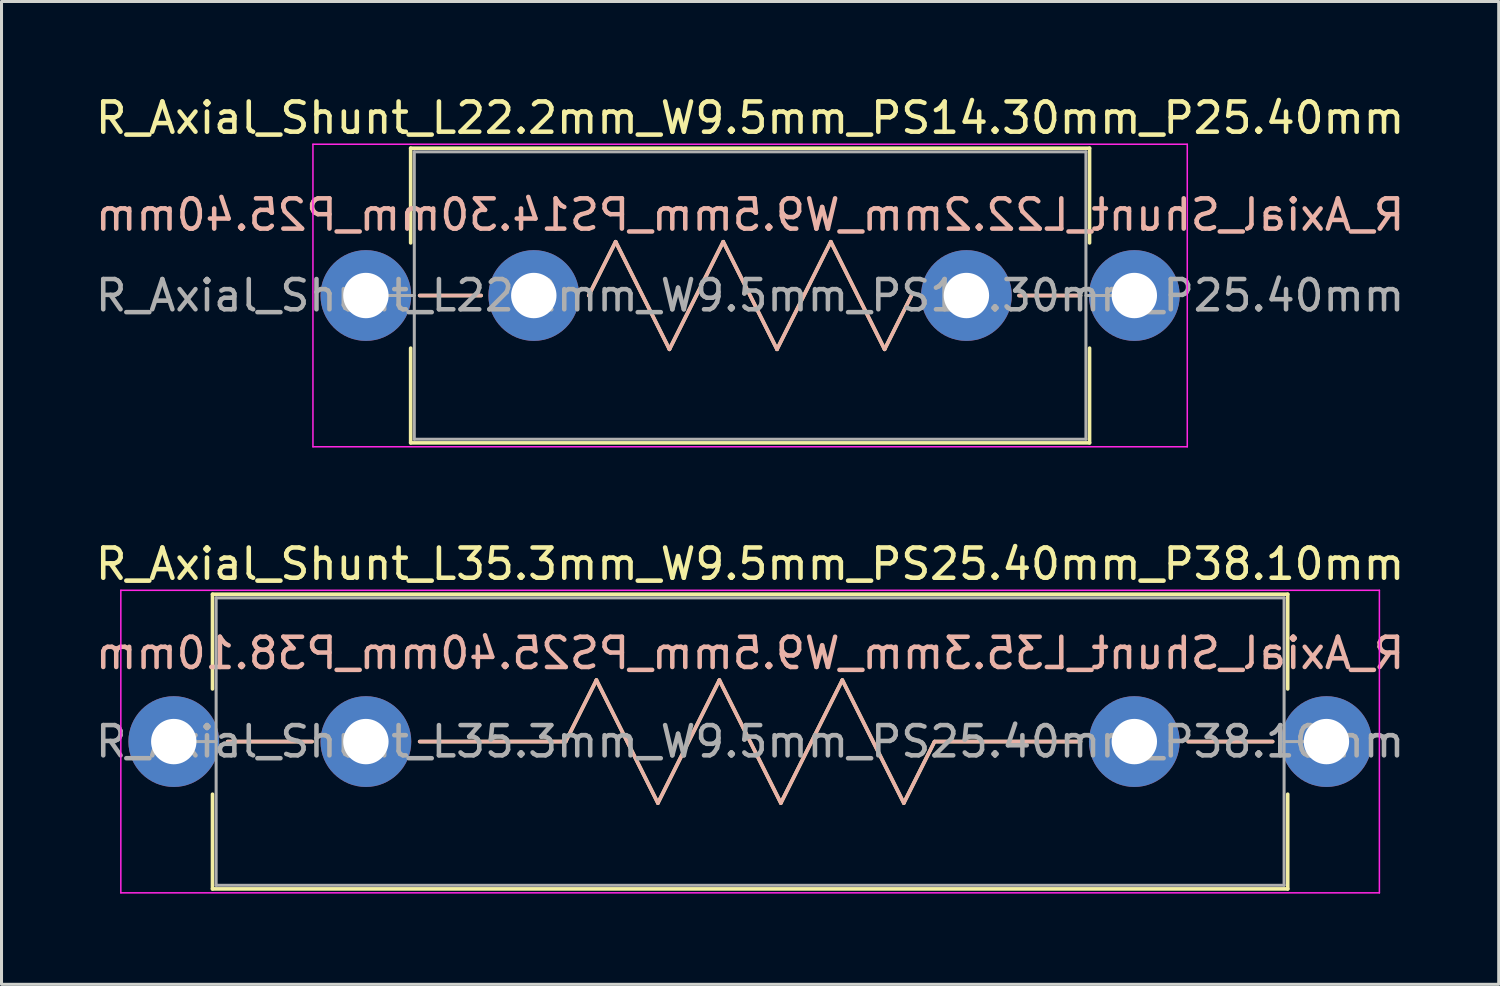
<source format=kicad_pcb>
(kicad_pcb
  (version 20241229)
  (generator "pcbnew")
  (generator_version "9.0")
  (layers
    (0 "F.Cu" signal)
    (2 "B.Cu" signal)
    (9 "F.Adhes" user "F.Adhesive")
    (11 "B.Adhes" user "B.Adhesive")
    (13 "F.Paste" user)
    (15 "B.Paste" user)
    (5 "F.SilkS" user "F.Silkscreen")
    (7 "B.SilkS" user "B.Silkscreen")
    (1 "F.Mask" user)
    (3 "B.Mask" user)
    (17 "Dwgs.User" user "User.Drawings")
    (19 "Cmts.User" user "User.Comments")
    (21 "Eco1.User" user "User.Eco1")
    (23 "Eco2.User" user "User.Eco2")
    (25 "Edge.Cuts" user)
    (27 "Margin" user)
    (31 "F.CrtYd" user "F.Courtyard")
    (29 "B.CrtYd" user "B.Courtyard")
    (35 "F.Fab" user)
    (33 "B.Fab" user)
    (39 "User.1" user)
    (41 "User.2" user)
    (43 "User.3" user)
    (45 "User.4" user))
  (footprint "R_Axial_Shunt_L22.2mm_W9.5mm_PS14.30mm_P25.40mm"
    (layer "F.Cu")
    (at 9.044 6.718)
    (property "Reference" "R_Axial_Shunt_L22.2mm_W9.5mm_PS14.30mm_P25.40mm" (at 12.7 -5.87 0) (layer "F.SilkS") (effects (font (size 1 1) (thickness 0.15))))
    (attr through_hole)
    (fp_line (start 1.48 -4.87) (end 23.92 -4.87) (stroke (width 0.12) (type solid)) (layer "F.SilkS"))
    (fp_line (start 1.48 -1.74) (end 1.48 -4.87) (stroke (width 0.12) (type solid)) (layer "F.SilkS"))
    (fp_line (start 1.48 1.74) (end 1.48 4.87) (stroke (width 0.12) (type solid)) (layer "F.SilkS"))
    (fp_line (start 1.48 4.87) (end 23.92 4.87) (stroke (width 0.12) (type solid)) (layer "F.SilkS"))
    (fp_line (start 1.778 0) (end 3.81 0) (stroke (width 0.12) (type solid)) (layer "F.SilkS"))
    (fp_line (start 7.366 0) (end 8.255 -1.778) (stroke (width 0.12) (type solid)) (layer "F.SilkS"))
    (fp_line (start 8.255 -1.778) (end 10.033 1.778) (stroke (width 0.12) (type solid)) (layer "F.SilkS"))
    (fp_line (start 10.033 1.778) (end 11.811 -1.778) (stroke (width 0.12) (type solid)) (layer "F.SilkS"))
    (fp_line (start 11.811 -1.778) (end 13.589 1.778) (stroke (width 0.12) (type solid)) (layer "F.SilkS"))
    (fp_line (start 13.589 1.778) (end 15.367 -1.778) (stroke (width 0.12) (type solid)) (layer "F.SilkS"))
    (fp_line (start 15.367 -1.778) (end 17.145 1.778) (stroke (width 0.12) (type solid)) (layer "F.SilkS"))
    (fp_line (start 17.145 1.778) (end 18.034 0) (stroke (width 0.12) (type solid)) (layer "F.SilkS"))
    (fp_line (start 21.59 0) (end 23.622 0) (stroke (width 0.12) (type solid)) (layer "F.SilkS"))
    (fp_line (start 23.92 -4.87) (end 23.92 -1.74) (stroke (width 0.12) (type solid)) (layer "F.SilkS"))
    (fp_line (start 23.92 4.87) (end 23.92 1.74) (stroke (width 0.12) (type solid)) (layer "F.SilkS"))
    (fp_line (start 1.778 0) (end 3.81 0) (stroke (width 0.12) (type solid)) (layer "B.SilkS"))
    (fp_line (start 7.366 0) (end 8.255 -1.778) (stroke (width 0.12) (type solid)) (layer "B.SilkS"))
    (fp_line (start 8.255 -1.778) (end 10.033 1.778) (stroke (width 0.12) (type solid)) (layer "B.SilkS"))
    (fp_line (start 10.033 1.778) (end 11.811 -1.778) (stroke (width 0.12) (type solid)) (layer "B.SilkS"))
    (fp_line (start 11.811 -1.778) (end 13.589 1.778) (stroke (width 0.12) (type solid)) (layer "B.SilkS"))
    (fp_line (start 13.589 1.778) (end 15.367 -1.778) (stroke (width 0.12) (type solid)) (layer "B.SilkS"))
    (fp_line (start 15.367 -1.778) (end 17.145 1.778) (stroke (width 0.12) (type solid)) (layer "B.SilkS"))
    (fp_line (start 17.145 1.778) (end 18.034 0) (stroke (width 0.12) (type solid)) (layer "B.SilkS"))
    (fp_line (start 21.59 0) (end 23.622 0) (stroke (width 0.12) (type solid)) (layer "B.SilkS"))
    (fp_line (start -1.75 -5) (end -1.75 5) (stroke (width 0.05) (type solid)) (layer "F.CrtYd"))
    (fp_line (start -1.75 5) (end 27.15 5) (stroke (width 0.05) (type solid)) (layer "F.CrtYd"))
    (fp_line (start 27.15 -5) (end -1.75 -5) (stroke (width 0.05) (type solid)) (layer "F.CrtYd"))
    (fp_line (start 27.15 5) (end 27.15 -5) (stroke (width 0.05) (type solid)) (layer "F.CrtYd"))
    (fp_line (start 0 0) (end 1.6 0) (stroke (width 0.1) (type solid)) (layer "F.Fab"))
    (fp_line (start 1.6 -4.75) (end 1.6 4.75) (stroke (width 0.1) (type solid)) (layer "F.Fab"))
    (fp_line (start 1.6 4.75) (end 23.8 4.75) (stroke (width 0.1) (type solid)) (layer "F.Fab"))
    (fp_line (start 23.8 -4.75) (end 1.6 -4.75) (stroke (width 0.1) (type solid)) (layer "F.Fab"))
    (fp_line (start 23.8 4.75) (end 23.8 -4.75) (stroke (width 0.1) (type solid)) (layer "F.Fab"))
    (fp_line (start 25.4 0) (end 23.8 0) (stroke (width 0.1) (type solid)) (layer "F.Fab"))
    (fp_text user "${REFERENCE}" (at 12.7 -2.667 0) (unlocked yes) (layer "B.SilkS") (effects (font (size 1 1) (thickness 0.15)) (justify mirror)))
    (fp_text user "${REFERENCE}" (at 12.7 0 0) (layer "F.Fab") (effects (font (size 1 1) (thickness 0.15))))
    (pad "1" thru_hole circle (at 0 0) (size 3 3) (drill 1.5) (layers "*.Cu" "*.Mask"))
    (pad "2" thru_hole oval (at 5.55 0) (size 3 3) (drill 1.5) (layers "*.Cu" "*.Mask"))
    (pad "3" thru_hole oval (at 19.85 0) (size 3 3) (drill 1.5) (layers "*.Cu" "*.Mask"))
    (pad "4" thru_hole oval (at 25.4 0) (size 3 3) (drill 1.5) (layers "*.Cu" "*.Mask")))
  (footprint "R_Axial_Shunt_L35.3mm_W9.5mm_PS25.40mm_P38.10mm"
    (layer "F.Cu")
    (at 2.694 21.462)
    (property "Reference" "R_Axial_Shunt_L35.3mm_W9.5mm_PS25.40mm_P38.10mm" (at 19.05 -5.87 0) (layer "F.SilkS") (effects (font (size 1 1) (thickness 0.15))))
    (attr through_hole)
    (fp_line (start 1.28 -4.87) (end 36.82 -4.87) (stroke (width 0.12) (type solid)) (layer "F.SilkS"))
    (fp_line (start 1.28 -1.74) (end 1.28 -4.87) (stroke (width 0.12) (type solid)) (layer "F.SilkS"))
    (fp_line (start 1.28 1.74) (end 1.28 4.87) (stroke (width 0.12) (type solid)) (layer "F.SilkS"))
    (fp_line (start 1.28 4.87) (end 36.82 4.87) (stroke (width 0.12) (type solid)) (layer "F.SilkS"))
    (fp_line (start 1.778 0) (end 4.572 0) (stroke (width 0.12) (type solid)) (layer "F.SilkS"))
    (fp_line (start 8.128 0) (end 12.954 0) (stroke (width 0.12) (type solid)) (layer "F.SilkS"))
    (fp_line (start 12.954 0) (end 13.97 -2.032) (stroke (width 0.12) (type solid)) (layer "F.SilkS"))
    (fp_line (start 13.97 -2.032) (end 16.002 2.032) (stroke (width 0.12) (type solid)) (layer "F.SilkS"))
    (fp_line (start 16.002 2.032) (end 18.034 -2.032) (stroke (width 0.12) (type solid)) (layer "F.SilkS"))
    (fp_line (start 18.034 -2.032) (end 20.066 2.032) (stroke (width 0.12) (type solid)) (layer "F.SilkS"))
    (fp_line (start 20.066 2.032) (end 22.098 -2.032) (stroke (width 0.12) (type solid)) (layer "F.SilkS"))
    (fp_line (start 22.098 -2.032) (end 24.13 2.032) (stroke (width 0.12) (type solid)) (layer "F.SilkS"))
    (fp_line (start 24.13 2.032) (end 25.146 0) (stroke (width 0.12) (type solid)) (layer "F.SilkS"))
    (fp_line (start 29.972 0) (end 25.146 0) (stroke (width 0.12) (type solid)) (layer "F.SilkS"))
    (fp_line (start 33.528 0) (end 36.322 0) (stroke (width 0.12) (type solid)) (layer "F.SilkS"))
    (fp_line (start 36.82 -4.87) (end 36.82 -1.74) (stroke (width 0.12) (type solid)) (layer "F.SilkS"))
    (fp_line (start 36.82 4.87) (end 36.82 1.74) (stroke (width 0.12) (type solid)) (layer "F.SilkS"))
    (fp_line (start 1.778 0) (end 4.572 0) (stroke (width 0.12) (type solid)) (layer "B.SilkS"))
    (fp_line (start 8.128 0) (end 12.954 0) (stroke (width 0.12) (type solid)) (layer "B.SilkS"))
    (fp_line (start 12.954 0) (end 13.97 -2.032) (stroke (width 0.12) (type solid)) (layer "B.SilkS"))
    (fp_line (start 13.97 -2.032) (end 16.002 2.032) (stroke (width 0.12) (type solid)) (layer "B.SilkS"))
    (fp_line (start 16.002 2.032) (end 18.034 -2.032) (stroke (width 0.12) (type solid)) (layer "B.SilkS"))
    (fp_line (start 18.034 -2.032) (end 20.066 2.032) (stroke (width 0.12) (type solid)) (layer "B.SilkS"))
    (fp_line (start 20.066 2.032) (end 22.098 -2.032) (stroke (width 0.12) (type solid)) (layer "B.SilkS"))
    (fp_line (start 22.098 -2.032) (end 24.13 2.032) (stroke (width 0.12) (type solid)) (layer "B.SilkS"))
    (fp_line (start 24.13 2.032) (end 25.146 0) (stroke (width 0.12) (type solid)) (layer "B.SilkS"))
    (fp_line (start 25.146 0) (end 29.972 0) (stroke (width 0.12) (type solid)) (layer "B.SilkS"))
    (fp_line (start 33.528 0) (end 36.322 0) (stroke (width 0.12) (type solid)) (layer "B.SilkS"))
    (fp_line (start -1.75 -5) (end -1.75 5) (stroke (width 0.05) (type solid)) (layer "F.CrtYd"))
    (fp_line (start -1.75 5) (end 39.85 5) (stroke (width 0.05) (type solid)) (layer "F.CrtYd"))
    (fp_line (start 39.85 -5) (end -1.75 -5) (stroke (width 0.05) (type solid)) (layer "F.CrtYd"))
    (fp_line (start 39.85 5) (end 39.85 -5) (stroke (width 0.05) (type solid)) (layer "F.CrtYd"))
    (fp_line (start 0 0) (end 1.4 0) (stroke (width 0.1) (type solid)) (layer "F.Fab"))
    (fp_line (start 1.4 -4.75) (end 1.4 4.75) (stroke (width 0.1) (type solid)) (layer "F.Fab"))
    (fp_line (start 1.4 4.75) (end 36.7 4.75) (stroke (width 0.1) (type solid)) (layer "F.Fab"))
    (fp_line (start 36.7 -4.75) (end 1.4 -4.75) (stroke (width 0.1) (type solid)) (layer "F.Fab"))
    (fp_line (start 36.7 4.75) (end 36.7 -4.75) (stroke (width 0.1) (type solid)) (layer "F.Fab"))
    (fp_line (start 38.1 0) (end 36.7 0) (stroke (width 0.1) (type solid)) (layer "F.Fab"))
    (fp_text user "${REFERENCE}" (at 19.05 -2.921 0) (unlocked yes) (layer "B.SilkS") (effects (font (size 1 1) (thickness 0.15)) (justify mirror)))
    (fp_text user "${REFERENCE}" (at 19.05 0 0) (layer "F.Fab") (effects (font (size 1 1) (thickness 0.15))))
    (pad "1" thru_hole circle (at 0 0) (size 3 3) (drill 1.5) (layers "*.Cu" "*.Mask"))
    (pad "2" thru_hole oval (at 6.35 0) (size 3 3) (drill 1.5) (layers "*.Cu" "*.Mask"))
    (pad "3" thru_hole oval (at 31.75 0) (size 3 3) (drill 1.5) (layers "*.Cu" "*.Mask"))
    (pad "4" thru_hole oval (at 38.1 0) (size 3 3) (drill 1.5) (layers "*.Cu" "*.Mask")))
  (gr_rect
    (start -3 -3)
    (end 46.488 29.486)
    (stroke (width 0.1) (type default))
    (fill no)
    (layer "Edge.Cuts")))
</source>
